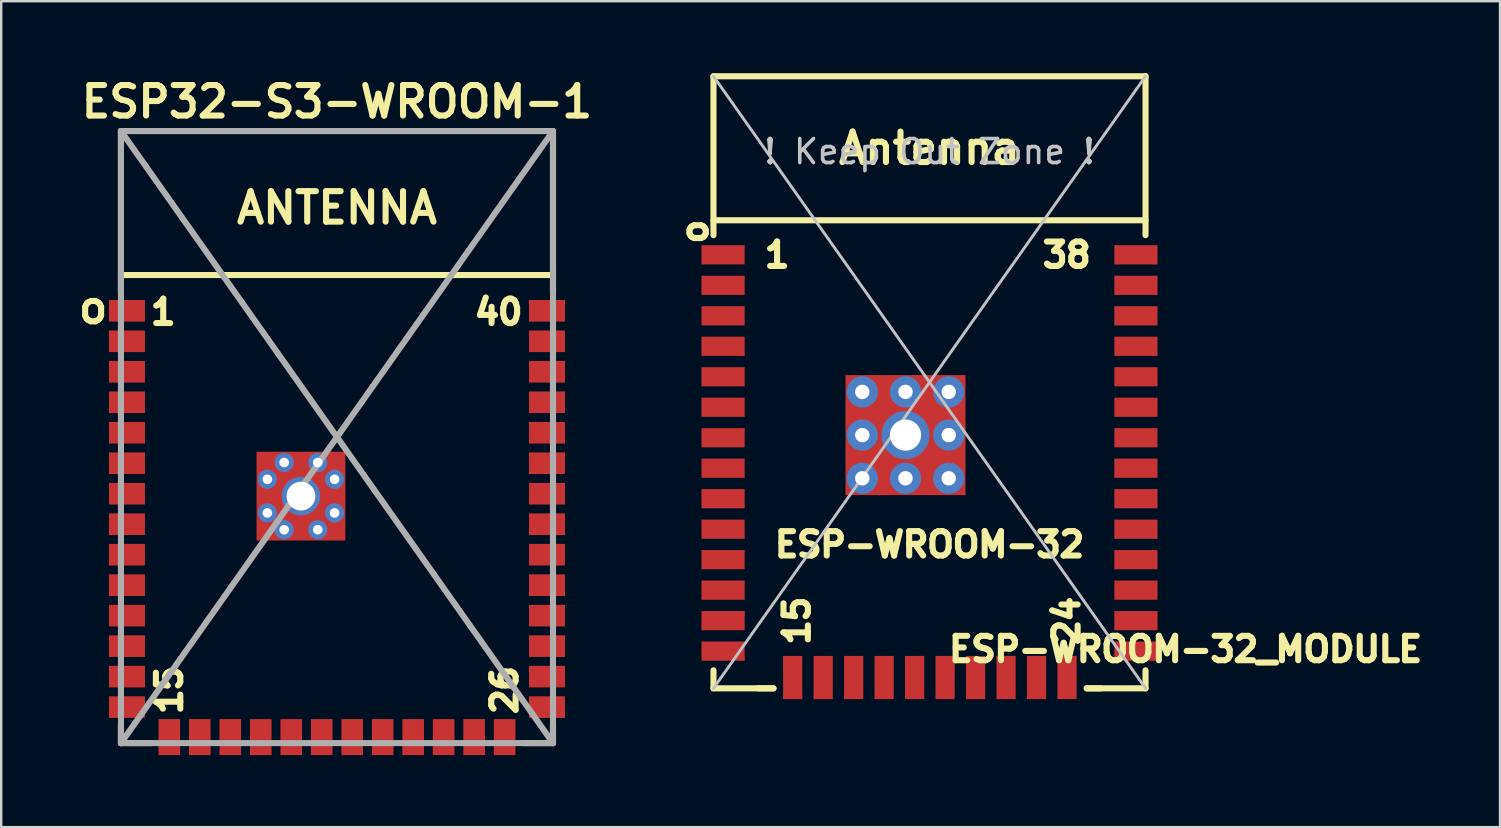
<source format=kicad_pcb>
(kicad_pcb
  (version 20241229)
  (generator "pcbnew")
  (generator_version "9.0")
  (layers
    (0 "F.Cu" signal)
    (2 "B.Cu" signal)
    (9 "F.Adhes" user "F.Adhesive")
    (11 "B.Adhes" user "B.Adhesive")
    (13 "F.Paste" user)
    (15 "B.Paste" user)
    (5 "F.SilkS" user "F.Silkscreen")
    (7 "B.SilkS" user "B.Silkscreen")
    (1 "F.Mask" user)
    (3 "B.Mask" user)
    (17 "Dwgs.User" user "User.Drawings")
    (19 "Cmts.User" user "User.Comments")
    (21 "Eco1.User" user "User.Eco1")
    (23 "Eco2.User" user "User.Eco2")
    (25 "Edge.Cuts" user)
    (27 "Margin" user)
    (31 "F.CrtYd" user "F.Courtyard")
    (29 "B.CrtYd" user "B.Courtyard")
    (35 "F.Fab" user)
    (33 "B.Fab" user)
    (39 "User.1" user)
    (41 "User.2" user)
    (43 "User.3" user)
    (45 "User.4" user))
  (footprint "ESP-WROOM-32_MODULE"
    (layer "F.Cu")
    (at 35.675 12.877)
    (property "Reference" "ESP-WROOM-32_MODULE" (at 10.668 11.122 180) (layer "F.SilkS") (effects (font (size 1.016 1.016) (thickness 0.254))))
    (attr smd)
    (fp_line (start -9 -12.75) (end -9 -6.13) (stroke (width 0.254) (type solid)) (layer "F.SilkS"))
    (fp_line (start -9 -12.75) (end 9 -12.75) (stroke (width 0.254) (type solid)) (layer "F.SilkS"))
    (fp_line (start -9 -6.75) (end 9 -6.75) (stroke (width 0.254) (type solid)) (layer "F.SilkS"))
    (fp_line (start -9 12.75) (end -9 12) (stroke (width 0.254) (type solid)) (layer "F.SilkS"))
    (fp_line (start -9 12.75) (end -6.5 12.75) (stroke (width 0.254) (type solid)) (layer "F.SilkS"))
    (fp_line (start -7.15 12.75) (end -6.5 12.75) (stroke (width 0.254) (type solid)) (layer "F.SilkS"))
    (fp_line (start 7.15 12.75) (end 6.55 12.75) (stroke (width 0.254) (type solid)) (layer "F.SilkS"))
    (fp_line (start 9 -12.75) (end 9 -6.13) (stroke (width 0.254) (type solid)) (layer "F.SilkS"))
    (fp_line (start 9 12.75) (end 6.55 12.75) (stroke (width 0.254) (type solid)) (layer "F.SilkS"))
    (fp_line (start 9 12.75) (end 9 12) (stroke (width 0.254) (type solid)) (layer "F.SilkS"))
    (fp_line (start -9 -12.75) (end 9 12.75) (stroke (width 0.12) (type solid)) (layer "Dwgs.User"))
    (fp_line (start 9 -12.75) (end -9 12.75) (stroke (width 0.12) (type solid)) (layer "Dwgs.User"))
    (fp_text user "o" (at -9.779 -6.277 90) (layer "F.SilkS") (effects (font (size 1.016 1.016) (thickness 0.254))))
    (fp_text user "ESP-WROOM-32" (at 0 6.76 0) (layer "F.SilkS") (effects (font (size 1.016 1.016) (thickness 0.254))))
    (fp_text user "1" (at -6.35 -5.305 0) (layer "F.SilkS") (effects (font (size 1.016 1.016) (thickness 0.254))))
    (fp_text user "38" (at 5.715 -5.305 0) (layer "F.SilkS") (effects (font (size 1.016 1.016) (thickness 0.254))))
    (fp_text user "24" (at 5.715 9.935 90) (layer "F.SilkS") (effects (font (size 1.016 1.016) (thickness 0.254))))
    (fp_text user "Antenna" (at 0 -9.75 0) (layer "F.SilkS") (effects (font (size 1.27 1.27) (thickness 0.254))))
    (fp_text user "15" (at -5.524 9.935 90) (layer "F.SilkS") (effects (font (size 1.016 1.016) (thickness 0.254))))
    (fp_text user "! Keep Out Zone !" (at 0 -9.61 0) (layer "Dwgs.User") (effects (font (size 1 1) (thickness 0.15))))
    (pad "" smd rect (at -1.9 0.7) (size 1.2 1.8) (layers "F.Paste"))
    (pad "" smd rect (at -1.9 3.7) (size 1.2 1.8) (layers "F.Paste"))
    (pad "" smd rect (at -0.1 0.7) (size 1.2 1.8) (layers "F.Paste"))
    (pad "" smd rect (at -0.1 3.7) (size 1.2 1.8) (layers "F.Paste"))
    (pad "1" smd rect (at -8.6 -5.31) (size 1.8 0.8) (layers "F.Cu" "F.Mask" "F.Paste"))
    (pad "2" smd rect (at -8.6 -4.04) (size 1.8 0.8) (layers "F.Cu" "F.Mask" "F.Paste"))
    (pad "3" smd rect (at -8.6 -2.77) (size 1.8 0.8) (layers "F.Cu" "F.Mask" "F.Paste"))
    (pad "4" smd rect (at -8.6 -1.5) (size 1.8 0.8) (layers "F.Cu" "F.Mask" "F.Paste"))
    (pad "5" smd rect (at -8.6 -0.23) (size 1.8 0.8) (layers "F.Cu" "F.Mask" "F.Paste"))
    (pad "6" smd rect (at -8.6 1.04) (size 1.8 0.8) (layers "F.Cu" "F.Mask" "F.Paste"))
    (pad "7" smd rect (at -8.6 2.31) (size 1.8 0.8) (layers "F.Cu" "F.Mask" "F.Paste"))
    (pad "8" smd rect (at -8.6 3.58) (size 1.8 0.8) (layers "F.Cu" "F.Mask" "F.Paste"))
    (pad "9" smd rect (at -8.6 4.85) (size 1.8 0.8) (layers "F.Cu" "F.Mask" "F.Paste"))
    (pad "10" smd rect (at -8.6 6.12) (size 1.8 0.8) (layers "F.Cu" "F.Mask" "F.Paste"))
    (pad "11" smd rect (at -8.6 7.39) (size 1.8 0.8) (layers "F.Cu" "F.Mask" "F.Paste"))
    (pad "12" smd rect (at -8.6 8.66) (size 1.8 0.8) (layers "F.Cu" "F.Mask" "F.Paste"))
    (pad "13" smd rect (at -8.6 9.93) (size 1.8 0.8) (layers "F.Cu" "F.Mask" "F.Paste"))
    (pad "14" smd rect (at -8.6 11.2) (size 1.8 0.8) (layers "F.Cu" "F.Mask" "F.Paste"))
    (pad "15" smd rect (at -5.7 12.3) (size 0.8 1.8) (layers "F.Cu" "F.Mask" "F.Paste"))
    (pad "16" smd rect (at -4.43 12.3) (size 0.8 1.8) (layers "F.Cu" "F.Mask" "F.Paste"))
    (pad "17" smd rect (at -3.16 12.3) (size 0.8 1.8) (layers "F.Cu" "F.Mask" "F.Paste"))
    (pad "18" smd rect (at -1.89 12.3) (size 0.8 1.8) (layers "F.Cu" "F.Mask" "F.Paste"))
    (pad "19" smd rect (at -0.62 12.3) (size 0.8 1.8) (layers "F.Cu" "F.Mask" "F.Paste"))
    (pad "20" smd rect (at 0.65 12.3) (size 0.8 1.8) (layers "F.Cu" "F.Mask" "F.Paste"))
    (pad "21" smd rect (at 1.92 12.3) (size 0.8 1.8) (layers "F.Cu" "F.Mask" "F.Paste"))
    (pad "22" smd rect (at 3.19 12.3) (size 0.8 1.8) (layers "F.Cu" "F.Mask" "F.Paste"))
    (pad "23" smd rect (at 4.46 12.3) (size 0.8 1.8) (layers "F.Cu" "F.Mask" "F.Paste"))
    (pad "24" smd rect (at 5.73 12.3) (size 0.8 1.8) (layers "F.Cu" "F.Mask" "F.Paste"))
    (pad "25" smd rect (at 8.6 11.2) (size 1.8 0.8) (layers "F.Cu" "F.Mask" "F.Paste"))
    (pad "26" smd rect (at 8.6 9.93) (size 1.8 0.8) (layers "F.Cu" "F.Mask" "F.Paste"))
    (pad "27" smd rect (at 8.6 8.66) (size 1.8 0.8) (layers "F.Cu" "F.Mask" "F.Paste"))
    (pad "28" smd rect (at 8.6 7.39) (size 1.8 0.8) (layers "F.Cu" "F.Mask" "F.Paste"))
    (pad "29" smd rect (at 8.6 6.12) (size 1.8 0.8) (layers "F.Cu" "F.Mask" "F.Paste"))
    (pad "30" smd rect (at 8.6 4.85) (size 1.8 0.8) (layers "F.Cu" "F.Mask" "F.Paste"))
    (pad "31" smd rect (at 8.6 3.58) (size 1.8 0.8) (layers "F.Cu" "F.Mask" "F.Paste"))
    (pad "32" smd rect (at 8.6 2.31) (size 1.8 0.8) (layers "F.Cu" "F.Mask" "F.Paste"))
    (pad "33" smd rect (at 8.6 1.04) (size 1.8 0.8) (layers "F.Cu" "F.Mask" "F.Paste"))
    (pad "34" smd rect (at 8.6 -0.23) (size 1.8 0.8) (layers "F.Cu" "F.Mask" "F.Paste"))
    (pad "35" smd rect (at 8.6 -1.5) (size 1.8 0.8) (layers "F.Cu" "F.Mask" "F.Paste"))
    (pad "36" smd rect (at 8.6 -2.77) (size 1.8 0.8) (layers "F.Cu" "F.Mask" "F.Paste"))
    (pad "37" smd rect (at 8.6 -4.04) (size 1.8 0.8) (layers "F.Cu" "F.Mask" "F.Paste"))
    (pad "38" smd rect (at 8.6 -5.31) (size 1.8 0.8) (layers "F.Cu" "F.Mask" "F.Paste"))
    (pad "39" thru_hole circle (at -2.8 0.4) (size 1.3 1.3) (drill 0.6) (layers "*.Cu"))
    (pad "39" thru_hole circle (at -2.8 2.2) (size 1.3 1.3) (drill 0.6) (layers "*.Cu"))
    (pad "39" thru_hole circle (at -2.8 4) (size 1.3 1.3) (drill 0.6) (layers "*.Cu"))
    (pad "39" thru_hole circle (at -1 0.4) (size 1.3 1.3) (drill 0.6) (layers "*.Cu"))
    (pad "39" thru_hole circle (at -1 2.2) (size 2 2) (drill 1.3) (layers "*.Cu" "*.Mask"))
    (pad "39" smd rect (at -1 2.2) (size 5 5) (layers "F.Cu" "F.Mask"))
    (pad "39" thru_hole circle (at -1 4) (size 1.3 1.3) (drill 0.6) (layers "*.Cu"))
    (pad "39" thru_hole circle (at 0.8 0.4) (size 1.3 1.3) (drill 0.6) (layers "*.Cu"))
    (pad "39" thru_hole circle (at 0.8 2.2) (size 1.3 1.3) (drill 0.6) (layers "*.Cu"))
    (pad "39" thru_hole circle (at 0.8 4) (size 1.3 1.3) (drill 0.6) (layers "*.Cu")))
  (footprint "ESP32-­S3-­WROOM­-1"
    (layer "F.Cu")
    (at 10.989 15.159)
    (property "Reference" "ESP32-­S3-­WROOM­-1" (at 0 -13.97 0) (layer "F.SilkS") (effects (font (size 1.27 1.27) (thickness 0.254))))
    (attr through_hole)
    (fp_line (start -9 -12.75) (end 9 -12.75) (stroke (width 0.254) (type solid)) (layer "F.SilkS"))
    (fp_line (start -9 -6.75) (end 9 -6.75) (stroke (width 0.254) (type solid)) (layer "F.SilkS"))
    (fp_line (start -9 -6.03) (end -9 -12.75) (stroke (width 0.254) (type solid)) (layer "F.SilkS"))
    (fp_line (start -9 12.02) (end -9 12.75) (stroke (width 0.254) (type solid)) (layer "F.SilkS"))
    (fp_line (start -9 12.75) (end -7.755 12.75) (stroke (width 0.254) (type solid)) (layer "F.SilkS"))
    (fp_line (start 9 -12.75) (end 9 -6.03) (stroke (width 0.254) (type solid)) (layer "F.SilkS"))
    (fp_line (start 9 12.02) (end 9 12.75) (stroke (width 0.254) (type solid)) (layer "F.SilkS"))
    (fp_line (start 9 12.75) (end 7.755 12.75) (stroke (width 0.254) (type solid)) (layer "F.SilkS"))
    (fp_line (start -9 -12.75) (end 9 -12.75) (stroke (width 0.254) (type solid)) (layer "F.Fab"))
    (fp_line (start -9 -12.75) (end 9 12.75) (stroke (width 0.254) (type solid)) (layer "F.Fab"))
    (fp_line (start -9 -6.75) (end -9 -12.75) (stroke (width 0.254) (type solid)) (layer "F.Fab"))
    (fp_line (start -9 12.75) (end -9 -6.75) (stroke (width 0.254) (type solid)) (layer "F.Fab"))
    (fp_line (start 9 -12.75) (end -9 12.75) (stroke (width 0.254) (type solid)) (layer "F.Fab"))
    (fp_line (start 9 -12.75) (end 9 -6.75) (stroke (width 0.254) (type solid)) (layer "F.Fab"))
    (fp_line (start 9 -6.75) (end 9 12.75) (stroke (width 0.254) (type solid)) (layer "F.Fab"))
    (fp_line (start 9 12.75) (end -9 12.75) (stroke (width 0.254) (type solid)) (layer "F.Fab"))
    (fp_text user "26" (at 6.985 10.541 270) (layer "F.SilkS") (effects (font (size 1.016 1.016) (thickness 0.254))))
    (fp_text user "o" (at -10.16 -5.397 0) (layer "F.SilkS") (effects (font (size 1.27 1.27) (thickness 0.254))))
    (fp_text user "15" (at -6.985 10.541 270) (layer "F.SilkS") (effects (font (size 1.016 1.016) (thickness 0.254))))
    (fp_text user "ANTENNA" (at 0 -9.55 0) (layer "F.SilkS") (effects (font (size 1.27 1.27) (thickness 0.254))))
    (fp_text user "1" (at -7.239 -5.207 0) (layer "F.SilkS") (effects (font (size 1.016 1.016) (thickness 0.254))))
    (fp_text user "40" (at 6.731 -5.207 0) (layer "F.SilkS") (effects (font (size 1.016 1.016) (thickness 0.254))))
    (pad "" smd rect (at -2.9 1.06) (size 0.9 0.9) (layers "F.Paste"))
    (pad "" smd rect (at -2.9 2.46) (size 0.9 0.9) (layers "F.Paste"))
    (pad "" smd rect (at -2.9 3.86) (size 0.9 0.9) (layers "F.Paste"))
    (pad "" smd rect (at -1.5 1.06) (size 0.9 0.9) (layers "F.Paste"))
    (pad "" smd rect (at -1.5 3.86) (size 0.9 0.9) (layers "F.Paste"))
    (pad "" smd rect (at -0.1 1.06) (size 0.9 0.9) (layers "F.Paste"))
    (pad "" smd rect (at -0.1 2.46) (size 0.9 0.9) (layers "F.Paste"))
    (pad "" smd rect (at -0.1 3.86) (size 0.9 0.9) (layers "F.Paste"))
    (pad "1" smd rect (at -8.75 -5.26) (size 1.5 0.9) (layers "F.Cu" "F.Mask" "F.Paste"))
    (pad "2" smd rect (at -8.75 -3.99) (size 1.5 0.9) (layers "F.Cu" "F.Mask" "F.Paste"))
    (pad "3" smd rect (at -8.75 -2.72) (size 1.5 0.9) (layers "F.Cu" "F.Mask" "F.Paste"))
    (pad "4" smd rect (at -8.75 -1.45) (size 1.5 0.9) (layers "F.Cu" "F.Mask" "F.Paste"))
    (pad "5" smd rect (at -8.75 -0.18) (size 1.5 0.9) (layers "F.Cu" "F.Mask" "F.Paste"))
    (pad "6" smd rect (at -8.75 1.09) (size 1.5 0.9) (layers "F.Cu" "F.Mask" "F.Paste"))
    (pad "7" smd rect (at -8.75 2.36) (size 1.5 0.9) (layers "F.Cu" "F.Mask" "F.Paste"))
    (pad "8" smd rect (at -8.75 3.63) (size 1.5 0.9) (layers "F.Cu" "F.Mask" "F.Paste"))
    (pad "9" smd rect (at -8.75 4.9) (size 1.5 0.9) (layers "F.Cu" "F.Mask" "F.Paste"))
    (pad "10" smd rect (at -8.75 6.17) (size 1.5 0.9) (layers "F.Cu" "F.Mask" "F.Paste"))
    (pad "11" smd rect (at -8.75 7.44) (size 1.5 0.9) (layers "F.Cu" "F.Mask" "F.Paste"))
    (pad "12" smd rect (at -8.75 8.71) (size 1.5 0.9) (layers "F.Cu" "F.Mask" "F.Paste"))
    (pad "13" smd rect (at -8.75 9.98) (size 1.5 0.9) (layers "F.Cu" "F.Mask" "F.Paste"))
    (pad "14" smd rect (at -8.75 11.25) (size 1.5 0.9) (layers "F.Cu" "F.Mask" "F.Paste"))
    (pad "15" smd rect (at -6.985 12.5) (size 0.9 1.5) (layers "F.Cu" "F.Mask" "F.Paste"))
    (pad "16" smd rect (at -5.715 12.5) (size 0.9 1.5) (layers "F.Cu" "F.Mask" "F.Paste"))
    (pad "17" smd rect (at -4.445 12.5) (size 0.9 1.5) (layers "F.Cu" "F.Mask" "F.Paste"))
    (pad "18" smd rect (at -3.175 12.5) (size 0.9 1.5) (layers "F.Cu" "F.Mask" "F.Paste"))
    (pad "19" smd rect (at -1.905 12.5) (size 0.9 1.5) (layers "F.Cu" "F.Mask" "F.Paste"))
    (pad "20" smd rect (at -0.635 12.5) (size 0.9 1.5) (layers "F.Cu" "F.Mask" "F.Paste"))
    (pad "21" smd rect (at 0.635 12.5) (size 0.9 1.5) (layers "F.Cu" "F.Mask" "F.Paste"))
    (pad "22" smd rect (at 1.905 12.5) (size 0.9 1.5) (layers "F.Cu" "F.Mask" "F.Paste"))
    (pad "23" smd rect (at 3.175 12.5) (size 0.9 1.5) (layers "F.Cu" "F.Mask" "F.Paste"))
    (pad "24" smd rect (at 4.445 12.5) (size 0.9 1.5) (layers "F.Cu" "F.Mask" "F.Paste"))
    (pad "25" smd rect (at 5.715 12.5) (size 0.9 1.5) (layers "F.Cu" "F.Mask" "F.Paste"))
    (pad "26" smd rect (at 6.985 12.5) (size 0.9 1.5) (layers "F.Cu" "F.Mask" "F.Paste"))
    (pad "27" smd rect (at 8.75 11.25) (size 1.5 0.9) (layers "F.Cu" "F.Mask" "F.Paste"))
    (pad "28" smd rect (at 8.75 9.98) (size 1.5 0.9) (layers "F.Cu" "F.Mask" "F.Paste"))
    (pad "29" smd rect (at 8.75 8.71) (size 1.5 0.9) (layers "F.Cu" "F.Mask" "F.Paste"))
    (pad "30" smd rect (at 8.75 7.44) (size 1.5 0.9) (layers "F.Cu" "F.Mask" "F.Paste"))
    (pad "31" smd rect (at 8.75 6.17) (size 1.5 0.9) (layers "F.Cu" "F.Mask" "F.Paste"))
    (pad "32" smd rect (at 8.75 4.9) (size 1.5 0.9) (layers "F.Cu" "F.Mask" "F.Paste"))
    (pad "33" smd rect (at 8.75 3.63) (size 1.5 0.9) (layers "F.Cu" "F.Mask" "F.Paste"))
    (pad "34" smd rect (at 8.75 2.36) (size 1.5 0.9) (layers "F.Cu" "F.Mask" "F.Paste"))
    (pad "35" smd rect (at 8.75 1.09) (size 1.5 0.9) (layers "F.Cu" "F.Mask" "F.Paste"))
    (pad "36" smd rect (at 8.75 -0.18) (size 1.5 0.9) (layers "F.Cu" "F.Mask" "F.Paste"))
    (pad "37" smd rect (at 8.75 -1.45) (size 1.5 0.9) (layers "F.Cu" "F.Mask" "F.Paste"))
    (pad "38" smd rect (at 8.75 -2.72) (size 1.5 0.9) (layers "F.Cu" "F.Mask" "F.Paste"))
    (pad "39" smd rect (at 8.75 -3.99) (size 1.5 0.9) (layers "F.Cu" "F.Mask" "F.Paste"))
    (pad "40" smd rect (at 8.75 -5.26) (size 1.5 0.9) (layers "F.Cu" "F.Mask" "F.Paste"))
    (pad "41" thru_hole circle (at -2.9 1.76) (size 0.8 0.8) (drill 0.4) (layers "*.Cu"))
    (pad "41" thru_hole circle (at -2.9 3.16) (size 0.8 0.8) (drill 0.4) (layers "*.Cu"))
    (pad "41" thru_hole circle (at -2.2 1.06) (size 0.8 0.8) (drill 0.4) (layers "*.Cu"))
    (pad "41" thru_hole circle (at -2.2 3.86) (size 0.8 0.8) (drill 0.4) (layers "*.Cu"))
    (pad "41" thru_hole circle (at -1.5 2.46) (size 1.6 1.6) (drill 1.2) (layers "*.Cu" "*.Mask"))
    (pad "41" smd rect (at -1.5 2.46) (size 3.7 3.7) (layers "F.Cu" "F.Mask"))
    (pad "41" thru_hole circle (at -0.8 1.06) (size 0.8 0.8) (drill 0.4) (layers "*.Cu"))
    (pad "41" thru_hole circle (at -0.8 3.86) (size 0.8 0.8) (drill 0.4) (layers "*.Cu"))
    (pad "41" thru_hole circle (at -0.1 1.76) (size 0.8 0.8) (drill 0.4) (layers "*.Cu"))
    (pad "41" thru_hole circle (at -0.1 3.16) (size 0.8 0.8) (drill 0.4) (layers "*.Cu")))
  (gr_rect
    (start -3 -3)
    (end 59.444 31.409)
    (stroke (width 0.1) (type default))
    (fill no)
    (layer "Edge.Cuts")))
</source>
